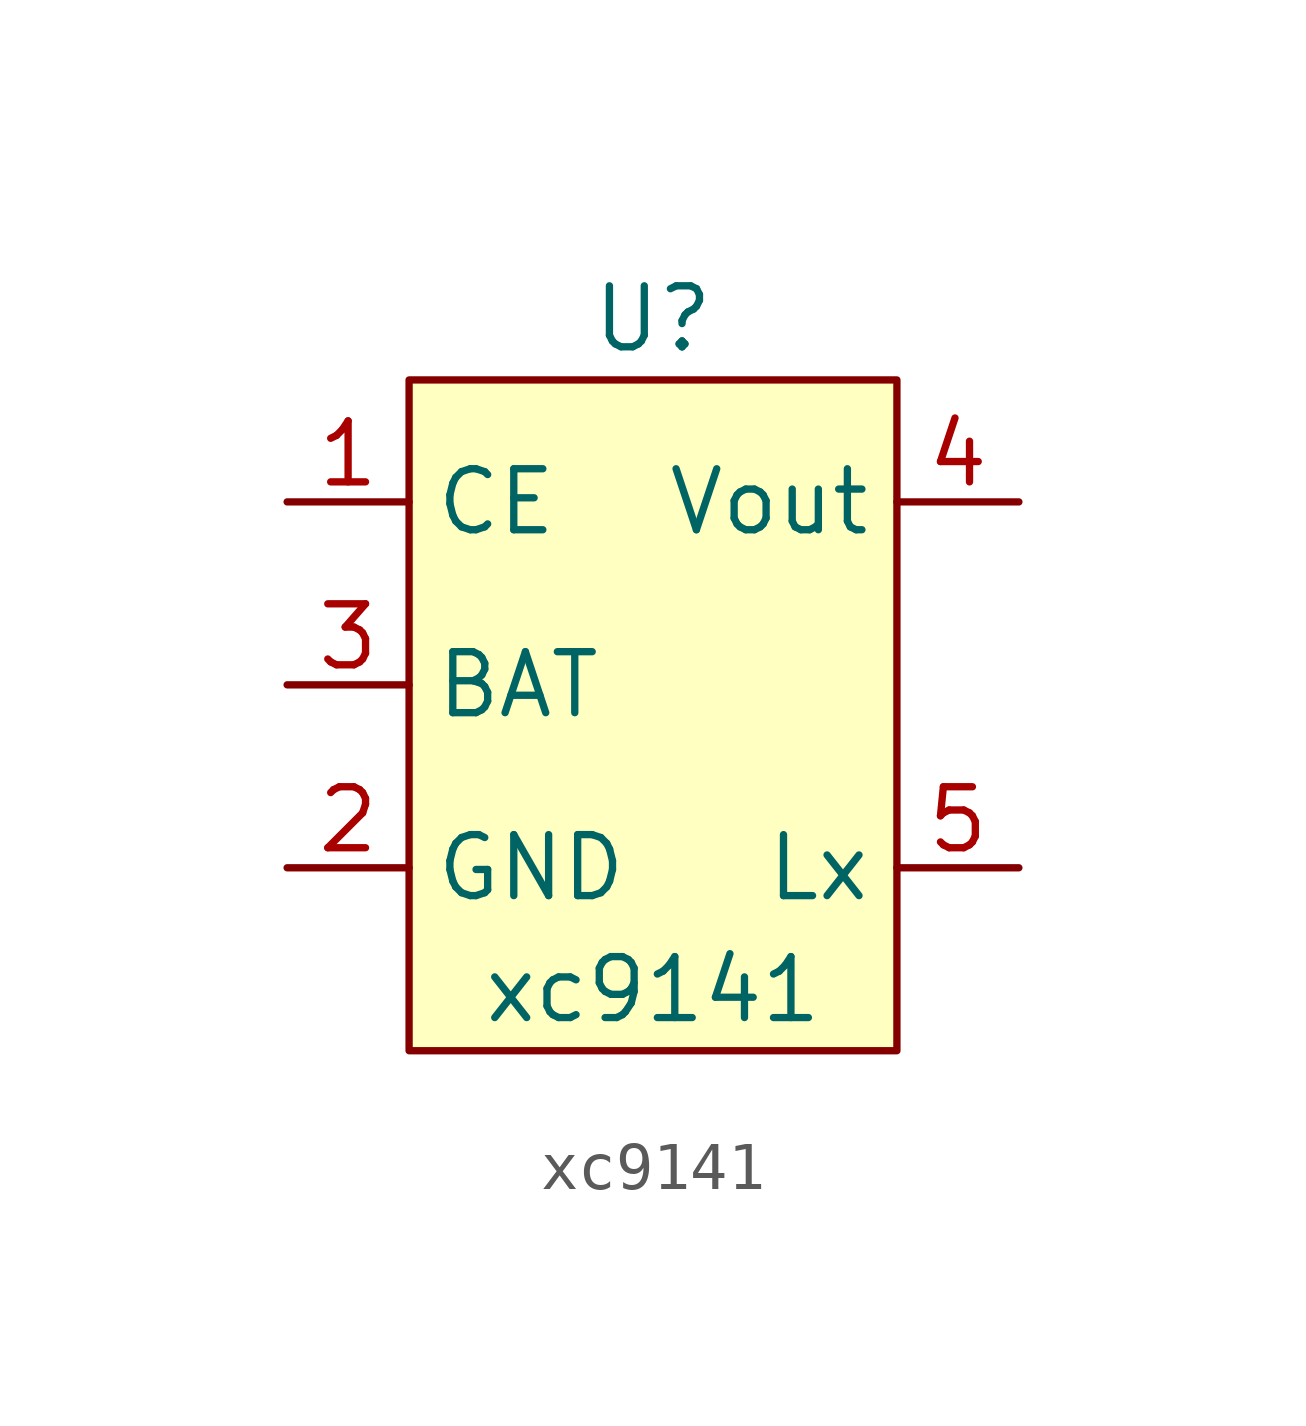
<source format=kicad_sym>
(kicad_symbol_lib
  (version 20211014)
  (generator kicad_symbol_editor)
  (symbol "xc9141"
    (property "Reference" "U"
      (at 0 0 0)
      (effects (font (size 1.27 1.27))))
    (property "Value" "xc9141"
      (at 0 -13.97 0)
      (effects (font (size 1.27 1.27))))
    (symbol "xc9141_0_1"
      (rectangle (start -5.08 -1.27) (end 5.08 -15.24) (stroke (width 0) (type default) (color 0 0 0 0)) (fill (type background))))
    (symbol "xc9141_1_1"
      (pin input line (at -7.62 -3.81 0) (length 2.54) (name "CE" (effects (font (size 1.27 1.27)))) (number "1" (effects (font (size 1.27 1.27)))))
      (pin input line (at -7.62 -11.43 0) (length 2.54) (name "GND" (effects (font (size 1.27 1.27)))) (number "2" (effects (font (size 1.27 1.27)))))
      (pin input line (at -7.62 -7.62 0) (length 2.54) (name "BAT" (effects (font (size 1.27 1.27)))) (number "3" (effects (font (size 1.27 1.27)))))
      (pin output line (at 7.62 -3.81 180) (length 2.54) (name "Vout" (effects (font (size 1.27 1.27)))) (number "4" (effects (font (size 1.27 1.27)))))
      (pin input line (at 7.62 -11.43 180) (length 2.54) (name "Lx" (effects (font (size 1.27 1.27)))) (number "5" (effects (font (size 1.27 1.27))))))))
</source>
